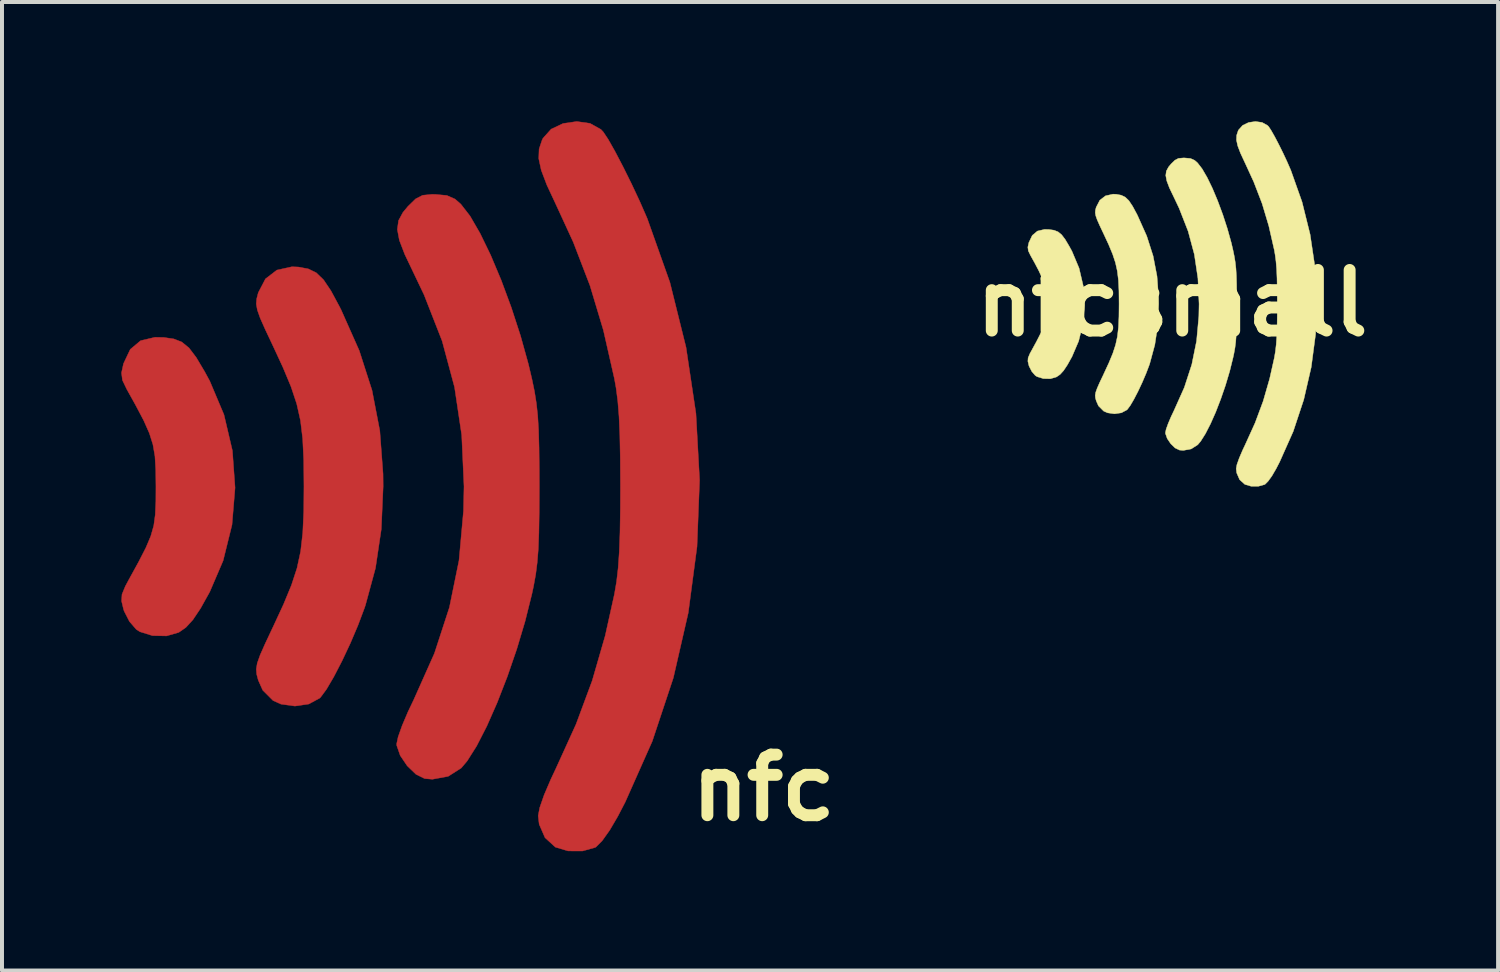
<source format=kicad_pcb>
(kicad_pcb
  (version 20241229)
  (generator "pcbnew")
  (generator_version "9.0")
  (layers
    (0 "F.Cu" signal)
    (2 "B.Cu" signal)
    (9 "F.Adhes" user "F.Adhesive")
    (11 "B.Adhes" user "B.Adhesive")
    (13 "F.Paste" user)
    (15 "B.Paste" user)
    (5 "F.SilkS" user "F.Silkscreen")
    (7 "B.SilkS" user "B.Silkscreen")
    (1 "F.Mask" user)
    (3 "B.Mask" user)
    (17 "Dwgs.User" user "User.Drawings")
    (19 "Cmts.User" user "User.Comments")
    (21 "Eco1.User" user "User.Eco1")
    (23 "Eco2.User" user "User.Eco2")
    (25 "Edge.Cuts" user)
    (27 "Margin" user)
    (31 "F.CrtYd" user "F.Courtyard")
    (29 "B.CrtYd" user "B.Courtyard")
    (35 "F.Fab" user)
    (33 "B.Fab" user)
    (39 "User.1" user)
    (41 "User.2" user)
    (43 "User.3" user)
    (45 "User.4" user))
  (footprint "nfcsmall"
    (layer "F.Cu")
    (at 26.425 4.573)
    (property "Reference" "nfcsmall" (at 0 0 0) (layer "F.SilkS") (effects (font (size 1.524 1.524) (thickness 0.3))))
    (attr through_hole)
    (fp_poly (pts (xy -3.097 -1.852) (xy -2.971 -1.834) (xy -2.87 -1.794) (xy -2.78 -1.721) (xy -2.689 -1.601) (xy -2.583 -1.422) (xy -2.519 -1.304) (xy -2.341 -0.881) (xy -2.235 -0.429) (xy -2.201 0.038) (xy -2.24 0.503) (xy -2.351 0.954) (xy -2.519 1.346) (xy -2.635 1.554) (xy -2.731 1.698) (xy -2.819 1.794) (xy -2.909 1.856) (xy -3.063 1.901) (xy -3.239 1.897) (xy -3.397 1.848) (xy -3.443 1.818) (xy -3.529 1.719) (xy -3.596 1.588) (xy -3.603 1.567) (xy -3.628 1.462) (xy -3.622 1.377) (xy -3.581 1.276) (xy -3.539 1.199) (xy -3.413 0.968) (xy -3.322 0.79) (xy -3.261 0.646) (xy -3.224 0.515) (xy -3.204 0.375) (xy -3.197 0.209) (xy -3.196 0.021) (xy -3.198 -0.191) (xy -3.209 -0.359) (xy -3.233 -0.505) (xy -3.278 -0.648) (xy -3.35 -0.808) (xy -3.453 -1.005) (xy -3.561 -1.199) (xy -3.617 -1.315) (xy -3.629 -1.408) (xy -3.603 -1.524) (xy -3.603 -1.525) (xy -3.518 -1.703) (xy -3.389 -1.812) (xy -3.208 -1.855) (xy -3.097 -1.852)) (stroke (width 0.01) (type solid)) (fill yes) (layer "F.SilkS"))
    (fp_poly (pts (xy -1.406 -2.738) (xy -1.282 -2.715) (xy -1.18 -2.666) (xy -1.089 -2.578) (xy -0.995 -2.438) (xy -0.885 -2.234) (xy -0.869 -2.201) (xy -0.639 -1.687) (xy -0.479 -1.187) (xy -0.381 -0.679) (xy -0.341 -0.137) (xy -0.339 0.021) (xy -0.362 0.558) (xy -0.436 1.048) (xy -0.562 1.514) (xy -0.574 1.551) (xy -0.655 1.765) (xy -0.752 1.992) (xy -0.856 2.214) (xy -0.959 2.413) (xy -1.052 2.572) (xy -1.126 2.672) (xy -1.137 2.683) (xy -1.275 2.757) (xy -1.449 2.783) (xy -1.624 2.758) (xy -1.723 2.714) (xy -1.853 2.584) (xy -1.909 2.457) (xy -1.929 2.384) (xy -1.935 2.318) (xy -1.922 2.242) (xy -1.886 2.141) (xy -1.823 1.997) (xy -1.727 1.795) (xy -1.724 1.788) (xy -1.591 1.501) (xy -1.492 1.262) (xy -1.422 1.047) (xy -1.376 0.836) (xy -1.35 0.606) (xy -1.338 0.334) (xy -1.335 0.021) (xy -1.338 -0.31) (xy -1.351 -0.578) (xy -1.379 -0.807) (xy -1.426 -1.018) (xy -1.497 -1.233) (xy -1.598 -1.475) (xy -1.724 -1.746) (xy -1.821 -1.951) (xy -1.885 -2.096) (xy -1.921 -2.198) (xy -1.934 -2.273) (xy -1.929 -2.34) (xy -1.91 -2.413) (xy -1.909 -2.415) (xy -1.819 -2.589) (xy -1.675 -2.699) (xy -1.487 -2.741) (xy -1.406 -2.738)) (stroke (width 0.01) (type solid)) (fill yes) (layer "F.SilkS"))
    (fp_poly (pts (xy 2.262 -4.544) (xy 2.399 -4.468) (xy 2.428 -4.437) (xy 2.49 -4.343) (xy 2.577 -4.19) (xy 2.678 -3.997) (xy 2.785 -3.782) (xy 2.887 -3.564) (xy 2.975 -3.362) (xy 2.984 -3.342) (xy 3.266 -2.546) (xy 3.469 -1.728) (xy 3.593 -0.897) (xy 3.639 -0.059) (xy 3.607 0.779) (xy 3.497 1.61) (xy 3.309 2.427) (xy 3.045 3.224) (xy 2.703 3.992) (xy 2.611 4.17) (xy 2.509 4.344) (xy 2.413 4.478) (xy 2.337 4.554) (xy 2.326 4.561) (xy 2.167 4.605) (xy 1.986 4.604) (xy 1.829 4.558) (xy 1.825 4.555) (xy 1.696 4.438) (xy 1.623 4.269) (xy 1.61 4.161) (xy 1.629 4.059) (xy 1.685 3.901) (xy 1.77 3.701) (xy 1.833 3.568) (xy 2.086 3.01) (xy 2.289 2.464) (xy 2.452 1.898) (xy 2.569 1.376) (xy 2.596 1.218) (xy 2.616 1.046) (xy 2.63 0.844) (xy 2.639 0.599) (xy 2.643 0.295) (xy 2.644 0.021) (xy 2.642 -0.336) (xy 2.637 -0.624) (xy 2.627 -0.857) (xy 2.611 -1.05) (xy 2.589 -1.217) (xy 2.569 -1.333) (xy 2.43 -1.943) (xy 2.262 -2.504) (xy 2.052 -3.049) (xy 1.833 -3.526) (xy 1.72 -3.768) (xy 1.649 -3.955) (xy 1.617 -4.101) (xy 1.622 -4.222) (xy 1.659 -4.334) (xy 1.67 -4.356) (xy 1.773 -4.471) (xy 1.923 -4.543) (xy 2.095 -4.568) (xy 2.262 -4.544)) (stroke (width 0.01) (type solid)) (fill yes) (layer "F.SilkS"))
    (fp_poly (pts (xy 0.317 -3.651) (xy 0.462 -3.638) (xy 0.565 -3.592) (xy 0.638 -3.528) (xy 0.753 -3.379) (xy 0.88 -3.161) (xy 1.013 -2.887) (xy 1.145 -2.572) (xy 1.272 -2.23) (xy 1.388 -1.874) (xy 1.487 -1.518) (xy 1.531 -1.329) (xy 1.563 -1.174) (xy 1.587 -1.027) (xy 1.604 -0.871) (xy 1.615 -0.69) (xy 1.621 -0.467) (xy 1.624 -0.186) (xy 1.624 0.021) (xy 1.623 0.346) (xy 1.619 0.602) (xy 1.611 0.807) (xy 1.598 0.977) (xy 1.579 1.127) (xy 1.552 1.275) (xy 1.531 1.371) (xy 1.446 1.714) (xy 1.341 2.066) (xy 1.222 2.412) (xy 1.095 2.74) (xy 0.964 3.035) (xy 0.837 3.283) (xy 0.717 3.473) (xy 0.643 3.561) (xy 0.479 3.666) (xy 0.281 3.703) (xy 0.182 3.694) (xy 0.073 3.641) (xy -0.036 3.535) (xy -0.124 3.405) (xy -0.168 3.279) (xy -0.169 3.257) (xy -0.151 3.169) (xy -0.1 3.027) (xy -0.026 2.853) (xy 0.044 2.706) (xy 0.306 2.12) (xy 0.494 1.542) (xy 0.614 0.952) (xy 0.671 0.329) (xy 0.677 0.021) (xy 0.648 -0.624) (xy 0.558 -1.227) (xy 0.402 -1.808) (xy 0.175 -2.388) (xy 0.044 -2.664) (xy -0.068 -2.897) (xy -0.135 -3.074) (xy -0.161 -3.211) (xy -0.146 -3.322) (xy -0.091 -3.424) (xy -0.028 -3.5) (xy 0.07 -3.595) (xy 0.157 -3.64) (xy 0.274 -3.651) (xy 0.317 -3.651)) (stroke (width 0.01) (type solid)) (fill yes) (layer "F.SilkS")))
  (footprint "nfc"
    (layer "F.Cu")
    (at 7.263 9.14)
    (property "Reference" "nfc" (at 8.89 7.62 0) (layer "F.SilkS") (effects (font (size 1.524 1.524) (thickness 0.3))))
    (attr through_hole)
    (fp_poly (pts (xy -6.195 -3.705) (xy -5.942 -3.668) (xy -5.74 -3.589) (xy -5.56 -3.441) (xy -5.378 -3.201) (xy -5.166 -2.844) (xy -5.038 -2.608) (xy -4.681 -1.762) (xy -4.469 -0.858) (xy -4.402 0.075) (xy -4.479 1.007) (xy -4.702 1.908) (xy -5.038 2.692) (xy -5.27 3.108) (xy -5.463 3.396) (xy -5.639 3.588) (xy -5.819 3.713) (xy -6.126 3.801) (xy -6.478 3.794) (xy -6.794 3.696) (xy -6.887 3.636) (xy -7.058 3.438) (xy -7.192 3.176) (xy -7.206 3.133) (xy -7.256 2.925) (xy -7.245 2.754) (xy -7.162 2.552) (xy -7.079 2.397) (xy -6.826 1.936) (xy -6.644 1.581) (xy -6.522 1.292) (xy -6.447 1.029) (xy -6.409 0.751) (xy -6.394 0.417) (xy -6.392 0.042) (xy -6.397 -0.381) (xy -6.417 -0.719) (xy -6.467 -1.01) (xy -6.557 -1.296) (xy -6.699 -1.616) (xy -6.907 -2.01) (xy -7.123 -2.398) (xy -7.234 -2.629) (xy -7.258 -2.815) (xy -7.207 -3.048) (xy -7.206 -3.05) (xy -7.037 -3.406) (xy -6.777 -3.624) (xy -6.416 -3.709) (xy -6.195 -3.705)) (stroke (width 0.01) (type solid)) (fill yes) (layer "F.Cu"))
    (fp_poly (pts (xy -2.812 -5.476) (xy -2.563 -5.43) (xy -2.361 -5.332) (xy -2.178 -5.156) (xy -1.99 -4.877) (xy -1.77 -4.468) (xy -1.737 -4.403) (xy -1.279 -3.373) (xy -0.958 -2.375) (xy -0.762 -1.358) (xy -0.681 -0.275) (xy -0.678 0.042) (xy -0.725 1.117) (xy -0.871 2.096) (xy -1.124 3.029) (xy -1.149 3.102) (xy -1.31 3.531) (xy -1.503 3.985) (xy -1.712 4.429) (xy -1.918 4.827) (xy -2.104 5.144) (xy -2.252 5.344) (xy -2.273 5.365) (xy -2.549 5.514) (xy -2.897 5.565) (xy -3.248 5.516) (xy -3.446 5.427) (xy -3.706 5.167) (xy -3.819 4.914) (xy -3.858 4.767) (xy -3.869 4.635) (xy -3.844 4.485) (xy -3.772 4.282) (xy -3.645 3.995) (xy -3.454 3.589) (xy -3.448 3.577) (xy -3.182 3.003) (xy -2.984 2.523) (xy -2.844 2.095) (xy -2.753 1.672) (xy -2.7 1.211) (xy -2.675 0.668) (xy -2.67 0.042) (xy -2.676 -0.62) (xy -2.702 -1.157) (xy -2.757 -1.614) (xy -2.852 -2.036) (xy -2.995 -2.466) (xy -3.197 -2.95) (xy -3.448 -3.492) (xy -3.641 -3.901) (xy -3.77 -4.191) (xy -3.842 -4.395) (xy -3.869 -4.547) (xy -3.858 -4.679) (xy -3.82 -4.825) (xy -3.819 -4.83) (xy -3.638 -5.178) (xy -3.351 -5.399) (xy -2.973 -5.482) (xy -2.812 -5.476)) (stroke (width 0.01) (type solid)) (fill yes) (layer "F.Cu"))
    (fp_poly (pts (xy 4.524 -9.088) (xy 4.797 -8.936) (xy 4.856 -8.874) (xy 4.981 -8.686) (xy 5.154 -8.38) (xy 5.356 -7.994) (xy 5.569 -7.564) (xy 5.773 -7.129) (xy 5.95 -6.725) (xy 5.967 -6.683) (xy 6.532 -5.091) (xy 6.938 -3.457) (xy 7.187 -1.794) (xy 7.279 -0.118) (xy 7.214 1.558) (xy 6.994 3.22) (xy 6.619 4.855) (xy 6.09 6.447) (xy 5.407 7.983) (xy 5.222 8.339) (xy 5.018 8.687) (xy 4.827 8.955) (xy 4.673 9.109) (xy 4.652 9.121) (xy 4.334 9.21) (xy 3.972 9.208) (xy 3.659 9.115) (xy 3.65 9.111) (xy 3.392 8.875) (xy 3.245 8.538) (xy 3.22 8.322) (xy 3.259 8.118) (xy 3.369 7.801) (xy 3.54 7.402) (xy 3.665 7.136) (xy 4.173 6.019) (xy 4.578 4.928) (xy 4.905 3.797) (xy 5.137 2.752) (xy 5.191 2.436) (xy 5.231 2.092) (xy 5.259 1.689) (xy 5.277 1.198) (xy 5.286 0.59) (xy 5.288 0.042) (xy 5.284 -0.673) (xy 5.273 -1.248) (xy 5.253 -1.714) (xy 5.222 -2.099) (xy 5.179 -2.433) (xy 5.137 -2.667) (xy 4.86 -3.886) (xy 4.523 -5.008) (xy 4.104 -6.098) (xy 3.665 -7.052) (xy 3.439 -7.536) (xy 3.297 -7.91) (xy 3.234 -8.202) (xy 3.243 -8.444) (xy 3.318 -8.668) (xy 3.34 -8.713) (xy 3.546 -8.943) (xy 3.846 -9.085) (xy 4.19 -9.135) (xy 4.524 -9.088)) (stroke (width 0.01) (type solid)) (fill yes) (layer "F.Cu"))
    (fp_poly (pts (xy 0.634 -7.302) (xy 0.924 -7.275) (xy 1.129 -7.185) (xy 1.276 -7.056) (xy 1.507 -6.758) (xy 1.76 -6.321) (xy 2.025 -5.775) (xy 2.29 -5.145) (xy 2.544 -4.46) (xy 2.776 -3.747) (xy 2.974 -3.035) (xy 3.063 -2.658) (xy 3.127 -2.349) (xy 3.174 -2.055) (xy 3.208 -1.743) (xy 3.23 -1.38) (xy 3.242 -0.934) (xy 3.248 -0.372) (xy 3.249 0.042) (xy 3.246 0.692) (xy 3.238 1.205) (xy 3.223 1.615) (xy 3.196 1.953) (xy 3.158 2.254) (xy 3.104 2.551) (xy 3.063 2.743) (xy 2.892 3.429) (xy 2.682 4.132) (xy 2.444 4.824) (xy 2.189 5.479) (xy 1.929 6.069) (xy 1.674 6.567) (xy 1.435 6.945) (xy 1.285 7.123) (xy 0.957 7.332) (xy 0.562 7.405) (xy 0.364 7.388) (xy 0.147 7.281) (xy -0.073 7.069) (xy -0.249 6.809) (xy -0.336 6.558) (xy -0.339 6.515) (xy -0.301 6.337) (xy -0.2 6.053) (xy -0.052 5.705) (xy 0.088 5.412) (xy 0.611 4.239) (xy 0.988 3.083) (xy 1.229 1.903) (xy 1.342 0.657) (xy 1.355 0.042) (xy 1.297 -1.249) (xy 1.117 -2.454) (xy 0.805 -3.616) (xy 0.351 -4.776) (xy 0.088 -5.327) (xy -0.135 -5.794) (xy -0.271 -6.149) (xy -0.322 -6.422) (xy -0.291 -6.645) (xy -0.181 -6.849) (xy -0.056 -7) (xy 0.139 -7.19) (xy 0.314 -7.28) (xy 0.549 -7.303) (xy 0.634 -7.302)) (stroke (width 0.01) (type solid)) (fill yes) (layer "F.Cu")))
  (gr_rect
    (start -3 -3)
    (end 34.621 21.355)
    (stroke (width 0.1) (type default))
    (fill no)
    (layer "Edge.Cuts")))
</source>
